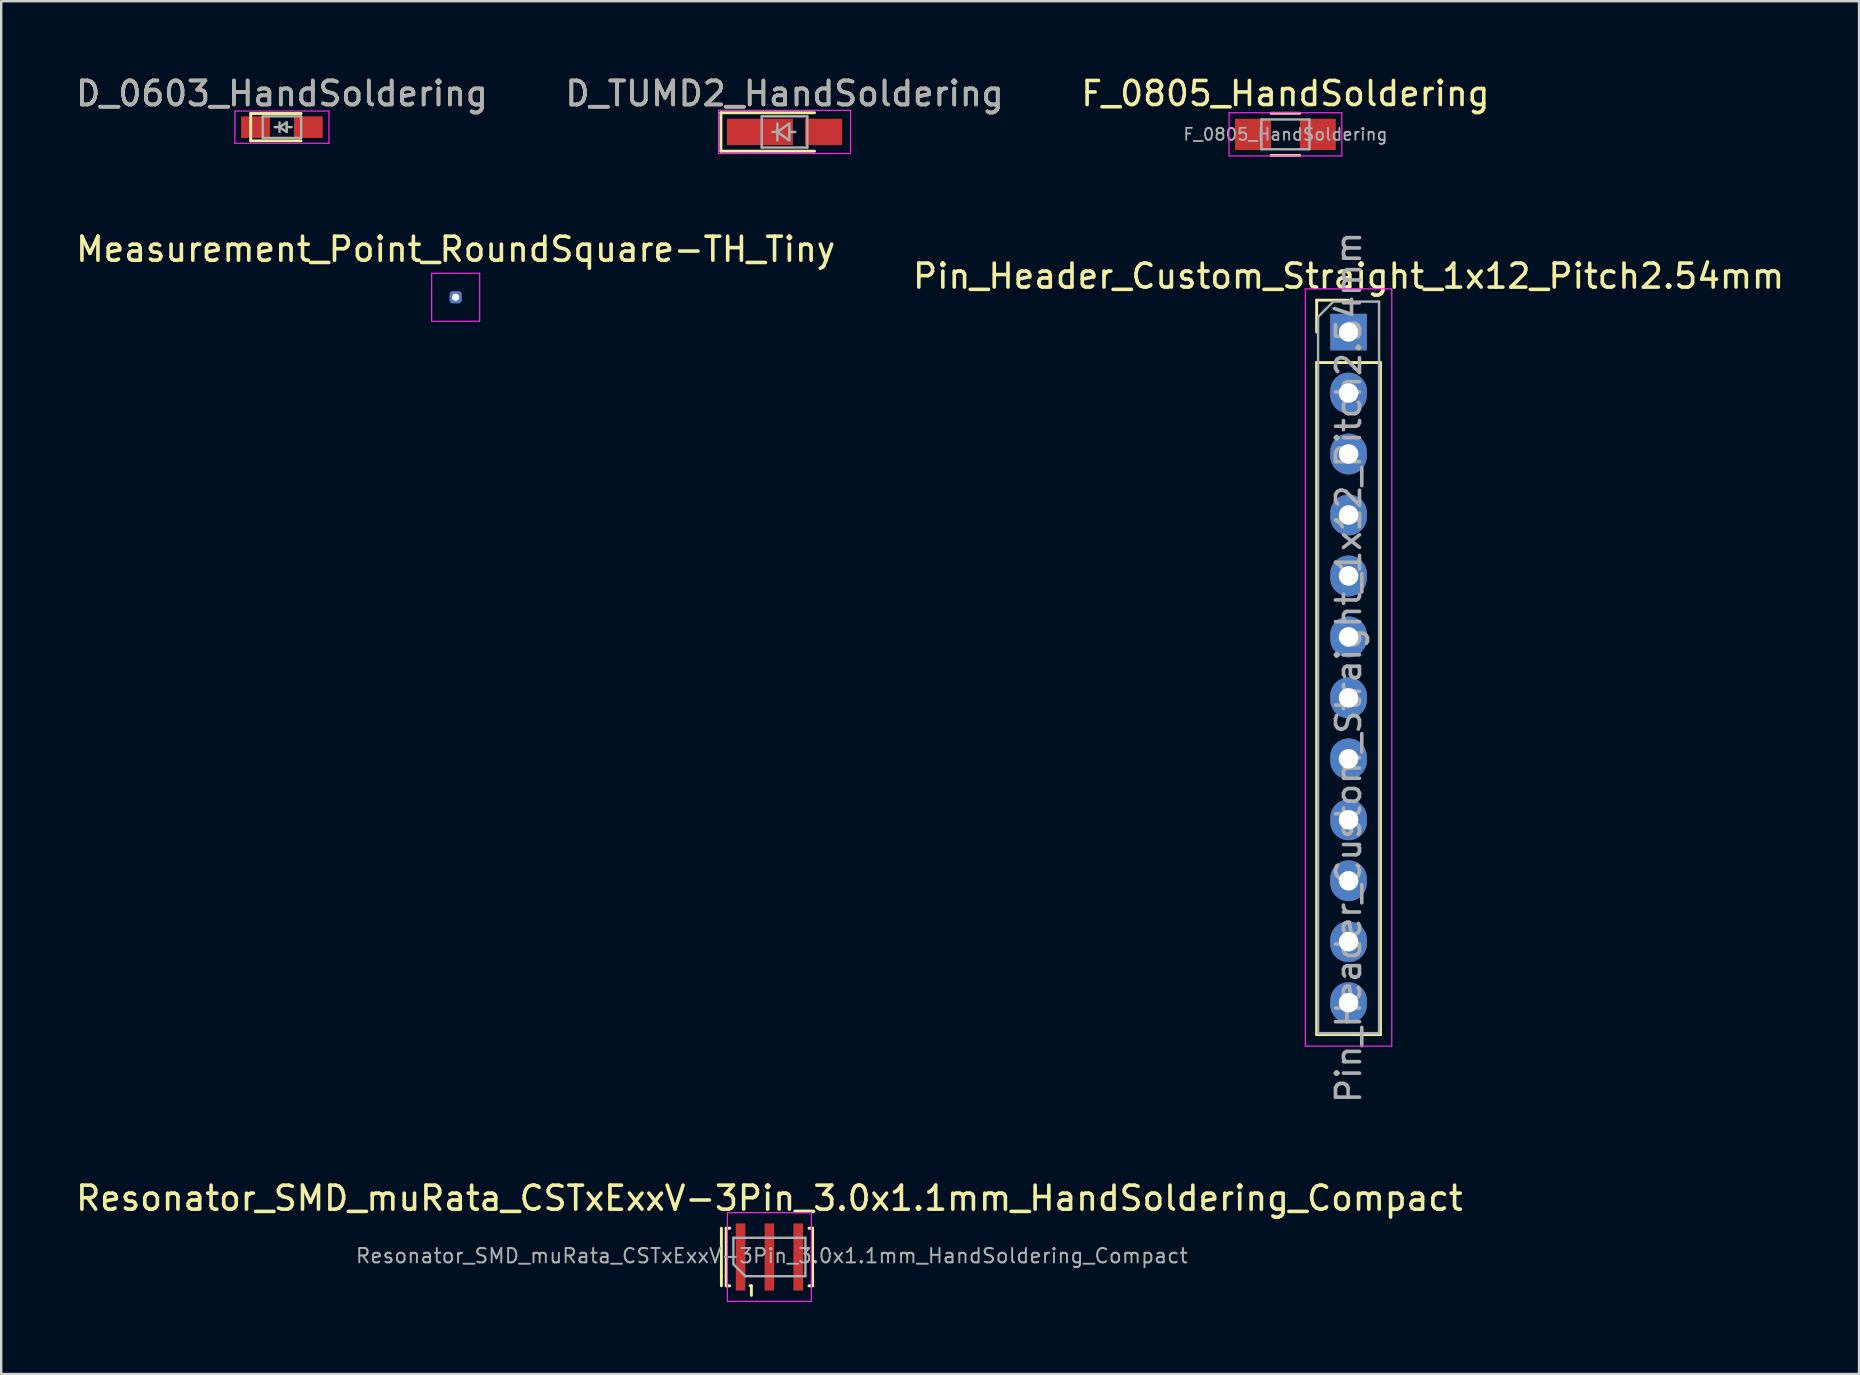
<source format=kicad_pcb>
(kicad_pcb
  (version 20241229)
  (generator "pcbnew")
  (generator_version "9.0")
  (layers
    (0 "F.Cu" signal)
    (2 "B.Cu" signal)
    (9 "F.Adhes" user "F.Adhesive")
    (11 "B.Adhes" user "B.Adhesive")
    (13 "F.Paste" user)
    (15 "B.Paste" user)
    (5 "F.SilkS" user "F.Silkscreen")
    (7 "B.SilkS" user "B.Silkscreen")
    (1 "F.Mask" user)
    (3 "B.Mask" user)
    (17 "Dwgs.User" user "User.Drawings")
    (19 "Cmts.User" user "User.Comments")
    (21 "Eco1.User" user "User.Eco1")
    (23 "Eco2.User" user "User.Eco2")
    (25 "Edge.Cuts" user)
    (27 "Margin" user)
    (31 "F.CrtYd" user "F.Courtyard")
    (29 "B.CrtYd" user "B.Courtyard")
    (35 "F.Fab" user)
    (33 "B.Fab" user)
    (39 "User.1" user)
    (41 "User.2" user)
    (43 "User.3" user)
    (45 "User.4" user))
  (footprint "Resonator_SMD_muRata_CSTxExxV-3Pin_3.0x1.1mm_HandSoldering_Compact"
    (layer "F.Cu")
    (at 29.006 49.322)
    (property "Reference" "Resonator_SMD_muRata_CSTxExxV-3Pin_3.0x1.1mm_HandSoldering_Compact" (at 0 -2.45 0) (layer "F.SilkS") (effects (font (size 1 1) (thickness 0.15))))
    (attr smd)
    (fp_line (start -2 -1.2) (end -2 0.8) (stroke (width 0.12) (type solid)) (layer "F.SilkS"))
    (fp_line (start -2 0.8) (end -2 1.2) (stroke (width 0.12) (type solid)) (layer "F.SilkS"))
    (fp_line (start -1.8 -1.2) (end -1.65 -1.2) (stroke (width 0.12) (type solid)) (layer "F.SilkS"))
    (fp_line (start -1.8 0.8) (end -1.8 -1.2) (stroke (width 0.12) (type solid)) (layer "F.SilkS"))
    (fp_line (start -1.8 0.8) (end -1.8 1.2) (stroke (width 0.12) (type solid)) (layer "F.SilkS"))
    (fp_line (start -1.8 1.2) (end -1.65 1.2) (stroke (width 0.12) (type solid)) (layer "F.SilkS"))
    (fp_line (start -0.75 1.2) (end -0.8 1.2) (stroke (width 0.12) (type solid)) (layer "F.SilkS"))
    (fp_line (start -0.75 1.2) (end -0.75 1.6) (stroke (width 0.12) (type solid)) (layer "F.SilkS"))
    (fp_line (start 1.8 -1.2) (end 1.65 -1.2) (stroke (width 0.12) (type solid)) (layer "F.SilkS"))
    (fp_line (start 1.8 -1.2) (end 1.8 0.8) (stroke (width 0.12) (type solid)) (layer "F.SilkS"))
    (fp_line (start 1.8 0.8) (end 1.8 1.2) (stroke (width 0.12) (type solid)) (layer "F.SilkS"))
    (fp_line (start 1.8 1.2) (end 1.65 1.2) (stroke (width 0.12) (type solid)) (layer "F.SilkS"))
    (fp_line (start -1.75 -1.85) (end 1.75 -1.85) (stroke (width 0.05) (type solid)) (layer "F.CrtYd"))
    (fp_line (start -1.75 1.85) (end -1.75 -1.85) (stroke (width 0.05) (type solid)) (layer "F.CrtYd"))
    (fp_line (start 1.75 -1.85) (end 1.75 1.85) (stroke (width 0.05) (type solid)) (layer "F.CrtYd"))
    (fp_line (start 1.75 1.85) (end -1.75 1.85) (stroke (width 0.05) (type solid)) (layer "F.CrtYd"))
    (fp_line (start -1.5 0.3) (end -1.5 -0.8) (stroke (width 0.1) (type solid)) (layer "F.Fab"))
    (fp_line (start -1 0.8) (end -1.5 0.3) (stroke (width 0.1) (type solid)) (layer "F.Fab"))
    (fp_line (start -1 0.8) (end 1.5 0.8) (stroke (width 0.1) (type solid)) (layer "F.Fab"))
    (fp_line (start 1.5 -0.8) (end -1.5 -0.8) (stroke (width 0.1) (type solid)) (layer "F.Fab"))
    (fp_line (start 1.5 0.8) (end 1.5 -0.8) (stroke (width 0.1) (type solid)) (layer "F.Fab"))
    (fp_text user "${REFERENCE}" (at 0.1 -0.05 0) (layer "F.Fab") (effects (font (size 0.6 0.6) (thickness 0.08))))
    (pad "1" smd rect (at -1.2 0) (size 0.4 2.8) (layers "F.Cu" "F.Mask" "F.Paste"))
    (pad "2" smd rect (at 0 0) (size 0.4 2.8) (layers "F.Cu" "F.Mask" "F.Paste"))
    (pad "3" smd rect (at 1.2 0) (size 0.4 2.8) (layers "F.Cu" "F.Mask" "F.Paste")))
  (footprint "Pin_Header_Custom_Straight_1x12_Pitch2.54mm"
    (layer "F.Cu")
    (at 53.137 10.786)
    (property "Reference" "Pin_Header_Custom_Straight_1x12_Pitch2.54mm" (at 0 -2.33 0) (layer "F.SilkS") (effects (font (size 1 1) (thickness 0.15))))
    (attr through_hole)
    (fp_line (start -1.33 -1.33) (end 0 -1.33) (stroke (width 0.12) (type solid)) (layer "F.SilkS"))
    (fp_line (start -1.33 0) (end -1.33 -1.33) (stroke (width 0.12) (type solid)) (layer "F.SilkS"))
    (fp_line (start -1.33 1.27) (end -1.33 29.27) (stroke (width 0.12) (type solid)) (layer "F.SilkS"))
    (fp_line (start -1.33 1.27) (end 1.33 1.27) (stroke (width 0.12) (type solid)) (layer "F.SilkS"))
    (fp_line (start -1.33 29.27) (end 1.33 29.27) (stroke (width 0.12) (type solid)) (layer "F.SilkS"))
    (fp_line (start 1.33 1.27) (end 1.33 29.27) (stroke (width 0.12) (type solid)) (layer "F.SilkS"))
    (fp_line (start -1.8 -1.8) (end -1.8 29.75) (stroke (width 0.05) (type solid)) (layer "F.CrtYd"))
    (fp_line (start -1.8 29.75) (end 1.8 29.75) (stroke (width 0.05) (type solid)) (layer "F.CrtYd"))
    (fp_line (start 1.8 -1.8) (end -1.8 -1.8) (stroke (width 0.05) (type solid)) (layer "F.CrtYd"))
    (fp_line (start 1.8 29.75) (end 1.8 -1.8) (stroke (width 0.05) (type solid)) (layer "F.CrtYd"))
    (fp_line (start -1.27 -0.635) (end -0.635 -1.27) (stroke (width 0.1) (type solid)) (layer "F.Fab"))
    (fp_line (start -1.27 29.21) (end -1.27 -0.635) (stroke (width 0.1) (type solid)) (layer "F.Fab"))
    (fp_line (start -0.635 -1.27) (end 1.27 -1.27) (stroke (width 0.1) (type solid)) (layer "F.Fab"))
    (fp_line (start 1.27 -1.27) (end 1.27 29.21) (stroke (width 0.1) (type solid)) (layer "F.Fab"))
    (fp_line (start 1.27 29.21) (end -1.27 29.21) (stroke (width 0.1) (type solid)) (layer "F.Fab"))
    (fp_text user "${REFERENCE}" (at 0 13.97 90) (layer "F.Fab") (effects (font (size 1 1) (thickness 0.15))))
    (pad "1" thru_hole rect (at 0 0) (size 1.524 1.524) (drill 0.8) (layers "*.Cu" "*.Mask"))
    (pad "2" thru_hole oval (at 0 2.54) (size 1.524 1.7) (drill 0.813) (layers "*.Cu" "*.Mask"))
    (pad "3" thru_hole oval (at 0 5.08) (size 1.524 1.7) (drill 0.813) (layers "*.Cu" "*.Mask"))
    (pad "4" thru_hole oval (at 0 7.62) (size 1.524 1.7) (drill 0.813) (layers "*.Cu" "*.Mask"))
    (pad "5" thru_hole oval (at 0 10.16) (size 1.524 1.7) (drill 0.813) (layers "*.Cu" "*.Mask"))
    (pad "6" thru_hole oval (at 0 12.7) (size 1.524 1.7) (drill 0.813) (layers "*.Cu" "*.Mask"))
    (pad "7" thru_hole oval (at 0 15.24) (size 1.524 1.7) (drill 0.813) (layers "*.Cu" "*.Mask"))
    (pad "8" thru_hole oval (at 0 17.78) (size 1.524 1.7) (drill 0.813) (layers "*.Cu" "*.Mask"))
    (pad "9" thru_hole oval (at 0 20.32) (size 1.524 1.7) (drill 0.813) (layers "*.Cu" "*.Mask"))
    (pad "10" thru_hole oval (at 0 22.86) (size 1.524 1.7) (drill 0.813) (layers "*.Cu" "*.Mask"))
    (pad "11" thru_hole oval (at 0 25.4) (size 1.524 1.7) (drill 0.813) (layers "*.Cu" "*.Mask"))
    (pad "12" thru_hole oval (at 0 27.94) (size 1.524 1.7) (drill 0.813) (layers "*.Cu" "*.Mask")))
  (footprint "D_TUMD2_HandSoldering"
    (layer "F.Cu")
    (at 29.637 2.448)
    (property "Reference" "D_TUMD2_HandSoldering" (at 0 -1.6 0) (layer "F.SilkS") (effects (font (size 1 1) (thickness 0.15))))
    (attr smd)
    (fp_line (start -2.65 -0.8) (end 1.25 -0.8) (stroke (width 0.12) (type solid)) (layer "F.SilkS"))
    (fp_line (start -2.65 0.8) (end -2.65 -0.8) (stroke (width 0.12) (type solid)) (layer "F.SilkS"))
    (fp_line (start 1.25 0.8) (end -2.65 0.8) (stroke (width 0.12) (type solid)) (layer "F.SilkS"))
    (fp_line (start -2.75 -0.9) (end 2.75 -0.9) (stroke (width 0.05) (type solid)) (layer "F.CrtYd"))
    (fp_line (start -2.75 0.9) (end -2.75 -0.9) (stroke (width 0.05) (type solid)) (layer "F.CrtYd"))
    (fp_line (start 2.75 -0.9) (end 2.75 0.9) (stroke (width 0.05) (type solid)) (layer "F.CrtYd"))
    (fp_line (start 2.75 0.9) (end -2.75 0.9) (stroke (width 0.05) (type solid)) (layer "F.CrtYd"))
    (fp_line (start -0.95 -0.65) (end 0.95 -0.65) (stroke (width 0.1) (type solid)) (layer "F.Fab"))
    (fp_line (start -0.95 0.65) (end -0.95 -0.65) (stroke (width 0.1) (type solid)) (layer "F.Fab"))
    (fp_line (start -0.3 -0.35) (end -0.3 0.35) (stroke (width 0.1) (type solid)) (layer "F.Fab"))
    (fp_line (start -0.3 0) (end -0.5 0) (stroke (width 0.1) (type solid)) (layer "F.Fab"))
    (fp_line (start -0.3 0) (end 0.2 -0.35) (stroke (width 0.1) (type solid)) (layer "F.Fab"))
    (fp_line (start 0.2 -0.35) (end 0.2 0.35) (stroke (width 0.1) (type solid)) (layer "F.Fab"))
    (fp_line (start 0.2 0) (end 0.45 0) (stroke (width 0.1) (type solid)) (layer "F.Fab"))
    (fp_line (start 0.2 0.35) (end -0.3 0) (stroke (width 0.1) (type solid)) (layer "F.Fab"))
    (fp_line (start 0.95 -0.65) (end 0.95 0.65) (stroke (width 0.1) (type solid)) (layer "F.Fab"))
    (fp_line (start 0.95 0.65) (end -0.95 0.65) (stroke (width 0.1) (type solid)) (layer "F.Fab"))
    (fp_text user "${REFERENCE}" (at 0 -1.6 0) (layer "F.Fab") (effects (font (size 1 1) (thickness 0.15))))
    (pad "1" smd rect (at -1.025 0 180) (size 2.75 1.1) (layers "F.Cu" "F.Mask" "F.Paste"))
    (pad "2" smd rect (at 1.625 0 180) (size 1.55 1.1) (layers "F.Cu" "F.Mask" "F.Paste")))
  (footprint "D_0603_HandSoldering"
    (layer "F.Cu")
    (at 8.696 2.248)
    (property "Reference" "D_0603_HandSoldering" (at 0 -1.4 0) (layer "F.SilkS") (effects (font (size 1 1) (thickness 0.15))))
    (attr smd)
    (fp_line (start -1.3 -0.57) (end -1.3 0.57) (stroke (width 0.12) (type solid)) (layer "F.SilkS"))
    (fp_line (start -1.3 -0.57) (end 0.8 -0.57) (stroke (width 0.12) (type solid)) (layer "F.SilkS"))
    (fp_line (start -1.3 0.57) (end 0.8 0.57) (stroke (width 0.12) (type solid)) (layer "F.SilkS"))
    (fp_line (start -1.96 -0.67) (end -1.96 0.67) (stroke (width 0.05) (type solid)) (layer "F.CrtYd"))
    (fp_line (start -1.96 0.67) (end 1.96 0.67) (stroke (width 0.05) (type solid)) (layer "F.CrtYd"))
    (fp_line (start 1.96 -0.67) (end -1.96 -0.67) (stroke (width 0.05) (type solid)) (layer "F.CrtYd"))
    (fp_line (start 1.96 0.67) (end 1.96 -0.67) (stroke (width 0.05) (type solid)) (layer "F.CrtYd"))
    (fp_line (start -0.8 -0.45) (end 0.8 -0.45) (stroke (width 0.1) (type solid)) (layer "F.Fab"))
    (fp_line (start -0.8 0.45) (end -0.8 -0.45) (stroke (width 0.1) (type solid)) (layer "F.Fab"))
    (fp_line (start -0.1 -0.2) (end -0.1 0.2) (stroke (width 0.1) (type solid)) (layer "F.Fab"))
    (fp_line (start -0.1 0) (end -0.3 0) (stroke (width 0.1) (type solid)) (layer "F.Fab"))
    (fp_line (start -0.1 0) (end 0.2 0.2) (stroke (width 0.1) (type solid)) (layer "F.Fab"))
    (fp_line (start 0.2 -0.2) (end -0.1 0) (stroke (width 0.1) (type solid)) (layer "F.Fab"))
    (fp_line (start 0.2 0) (end 0.4 0) (stroke (width 0.1) (type solid)) (layer "F.Fab"))
    (fp_line (start 0.2 0.2) (end 0.2 -0.2) (stroke (width 0.1) (type solid)) (layer "F.Fab"))
    (fp_line (start 0.8 -0.45) (end 0.8 0.45) (stroke (width 0.1) (type solid)) (layer "F.Fab"))
    (fp_line (start 0.8 0.45) (end -0.8 0.45) (stroke (width 0.1) (type solid)) (layer "F.Fab"))
    (fp_text user "${REFERENCE}" (at 0 -1.4 0) (layer "F.Fab") (effects (font (size 1 1) (thickness 0.15))))
    (pad "1" smd rect (at -1.1 0) (size 1.2 0.9) (layers "F.Cu" "F.Mask" "F.Paste"))
    (pad "2" smd rect (at 1.1 0) (size 1.2 0.9) (layers "F.Cu" "F.Mask" "F.Paste")))
  (footprint "F_0805_HandSoldering"
    (layer "F.Cu")
    (at 50.506 2.548)
    (property "Reference" "F_0805_HandSoldering" (at 0 -1.7 0) (layer "F.SilkS") (effects (font (size 1 1) (thickness 0.15))))
    (attr smd)
    (fp_line (start -0.6 -0.88) (end 0.6 -0.88) (stroke (width 0.12) (type solid)) (layer "F.SilkS"))
    (fp_line (start 0.6 0.88) (end -0.6 0.88) (stroke (width 0.12) (type solid)) (layer "F.SilkS"))
    (fp_line (start -2.35 -0.9) (end -2.35 0.9) (stroke (width 0.05) (type solid)) (layer "F.CrtYd"))
    (fp_line (start -2.35 -0.9) (end 2.35 -0.9) (stroke (width 0.05) (type solid)) (layer "F.CrtYd"))
    (fp_line (start 2.35 0.9) (end -2.35 0.9) (stroke (width 0.05) (type solid)) (layer "F.CrtYd"))
    (fp_line (start 2.35 0.9) (end 2.35 -0.9) (stroke (width 0.05) (type solid)) (layer "F.CrtYd"))
    (fp_line (start -1 -0.62) (end 1 -0.62) (stroke (width 0.1) (type solid)) (layer "F.Fab"))
    (fp_line (start -1 0.62) (end -1 -0.62) (stroke (width 0.1) (type solid)) (layer "F.Fab"))
    (fp_line (start 1 -0.62) (end 1 0.62) (stroke (width 0.1) (type solid)) (layer "F.Fab"))
    (fp_line (start 1 0.62) (end -1 0.62) (stroke (width 0.1) (type solid)) (layer "F.Fab"))
    (fp_text user "${REFERENCE}" (at 0 0 0) (layer "F.Fab") (effects (font (size 0.5 0.5) (thickness 0.075))))
    (pad "1" smd rect (at -1.35 0) (size 1.5 1.3) (layers "F.Cu" "F.Mask" "F.Paste"))
    (pad "2" smd rect (at 1.35 0) (size 1.5 1.3) (layers "F.Cu" "F.Mask" "F.Paste")))
  (footprint "Measurement_Point_RoundSquare-TH_Tiny"
    (layer "F.Cu")
    (at 15.935 9.336)
    (property "Reference" "Measurement_Point_RoundSquare-TH_Tiny" (at 0 -2 0) (layer "F.SilkS") (effects (font (size 1 1) (thickness 0.15))))
    (attr exclude_from_pos_files exclude_from_bom)
    (fp_line (start -1 -1) (end 1 -1) (stroke (width 0.05) (type solid)) (layer "F.CrtYd"))
    (fp_line (start -1 1) (end -1 -1) (stroke (width 0.05) (type solid)) (layer "F.CrtYd"))
    (fp_line (start 1 -1) (end 1 1) (stroke (width 0.05) (type solid)) (layer "F.CrtYd"))
    (fp_line (start 1 1) (end -1 1) (stroke (width 0.05) (type solid)) (layer "F.CrtYd"))
    (pad "1" thru_hole roundrect (at 0 0) (size 0.5 0.5) (drill 0.3) (layers "*.Cu" "*.Mask") (roundrect_rratio 0.25)))
  (gr_rect
    (start -3 -3)
    (end 74.405 54.197)
    (stroke (width 0.1) (type default))
    (fill no)
    (layer "Edge.Cuts")))
</source>
